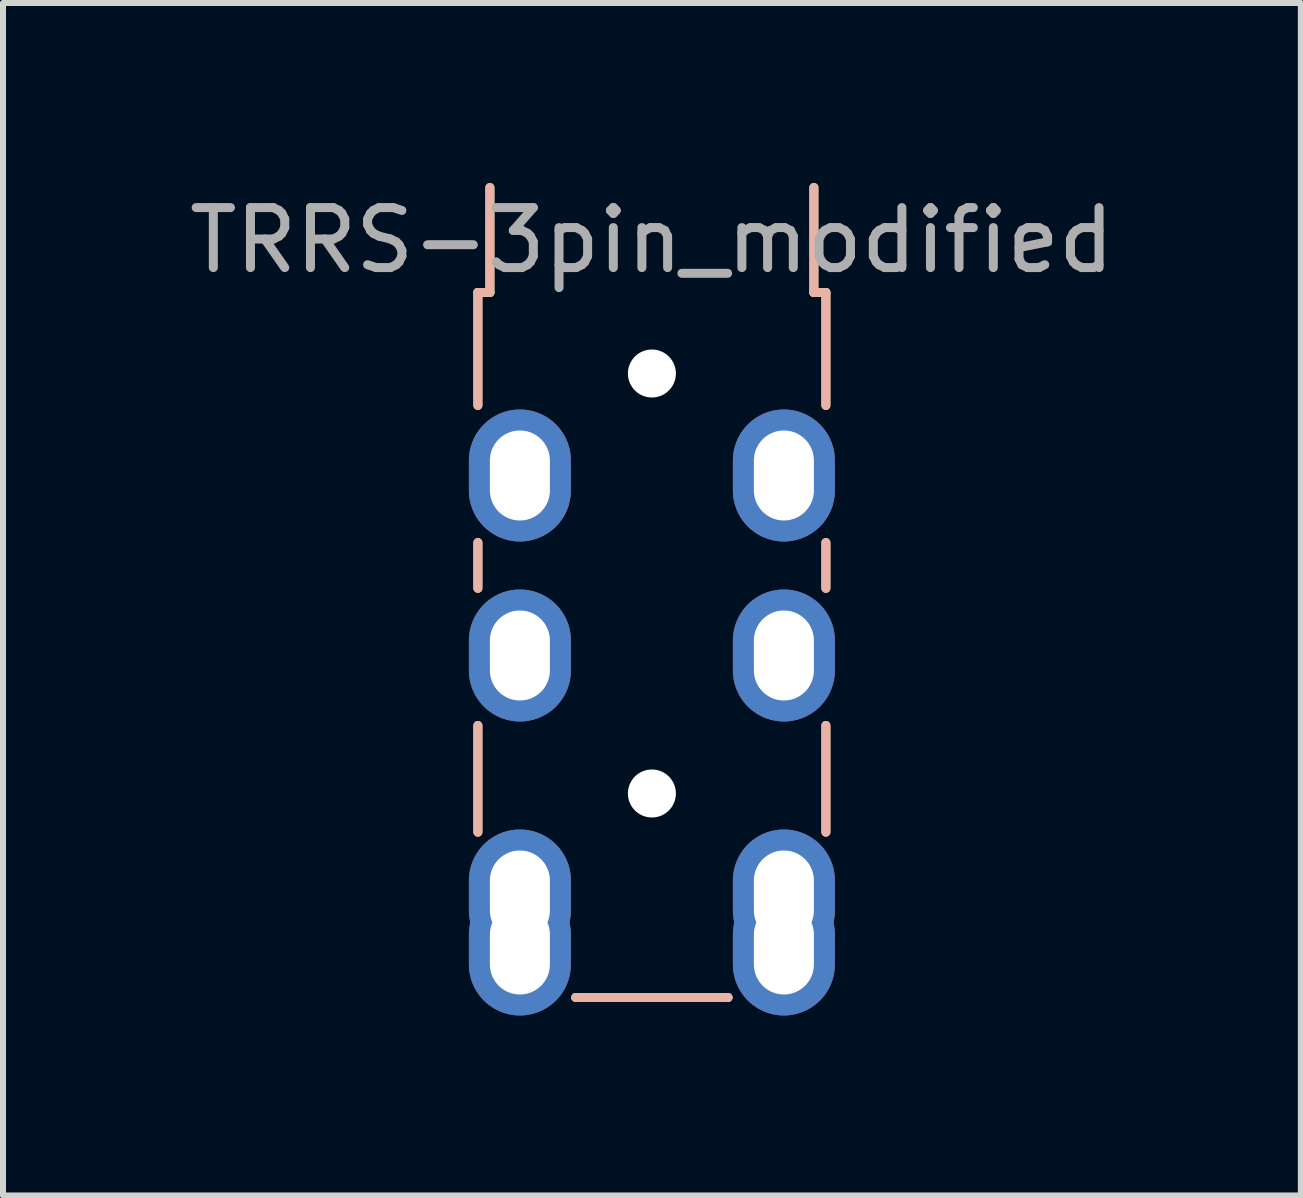
<source format=kicad_pcb>
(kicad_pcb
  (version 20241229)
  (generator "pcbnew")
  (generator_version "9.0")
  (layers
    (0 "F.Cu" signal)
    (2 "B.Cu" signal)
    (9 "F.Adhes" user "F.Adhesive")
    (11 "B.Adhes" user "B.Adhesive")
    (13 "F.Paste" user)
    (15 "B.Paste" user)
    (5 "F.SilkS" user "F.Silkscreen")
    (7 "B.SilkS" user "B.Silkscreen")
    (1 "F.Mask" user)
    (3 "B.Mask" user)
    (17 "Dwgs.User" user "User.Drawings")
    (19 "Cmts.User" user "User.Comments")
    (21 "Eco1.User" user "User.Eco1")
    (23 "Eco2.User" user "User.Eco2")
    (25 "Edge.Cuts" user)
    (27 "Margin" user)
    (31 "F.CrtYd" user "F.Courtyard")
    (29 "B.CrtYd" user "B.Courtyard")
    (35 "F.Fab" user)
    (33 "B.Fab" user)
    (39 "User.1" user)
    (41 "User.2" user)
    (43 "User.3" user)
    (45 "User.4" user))
  (footprint "TRRS-3pin_modified"
    (layer "F.Cu")
    (at 7.815 1.675)
    (property "Reference" "TRRS-3pin_modified" (at 0 -0.72 180) (layer "F.Fab") (effects (font (size 1 1) (thickness 0.15))))
    (fp_line (start -2.9 0.15) (end -2.7 0.15) (stroke (width 0.15) (type solid)) (layer "F.SilkS"))
    (fp_line (start -2.9 2.032) (end -2.9 0.15) (stroke (width 0.15) (type solid)) (layer "F.SilkS"))
    (fp_line (start -2.9 4.318) (end -2.9 5.08) (stroke (width 0.15) (type solid)) (layer "F.SilkS"))
    (fp_line (start -2.9 7.366) (end -2.9 9.144) (stroke (width 0.15) (type solid)) (layer "F.SilkS"))
    (fp_line (start -2.7 0.15) (end -2.7 -1.6) (stroke (width 0.15) (type solid)) (layer "F.SilkS"))
    (fp_line (start 1.27 11.9) (end -1.27 11.9) (stroke (width 0.15) (type solid)) (layer "F.SilkS"))
    (fp_line (start 2.7 0.15) (end 2.7 -1.6) (stroke (width 0.15) (type solid)) (layer "F.SilkS"))
    (fp_line (start 2.7 0.15) (end 2.9 0.15) (stroke (width 0.15) (type solid)) (layer "F.SilkS"))
    (fp_line (start 2.9 2.032) (end 2.9 0.15) (stroke (width 0.15) (type solid)) (layer "F.SilkS"))
    (fp_line (start 2.9 4.318) (end 2.9 5.08) (stroke (width 0.15) (type solid)) (layer "F.SilkS"))
    (fp_line (start 2.9 7.366) (end 2.9 9.144) (stroke (width 0.15) (type solid)) (layer "F.SilkS"))
    (fp_line (start -2.9 0.15) (end -2.9 2.032) (stroke (width 0.15) (type solid)) (layer "B.SilkS"))
    (fp_line (start -2.9 5.08) (end -2.9 4.318) (stroke (width 0.15) (type solid)) (layer "B.SilkS"))
    (fp_line (start -2.9 9.144) (end -2.9 7.366) (stroke (width 0.15) (type solid)) (layer "B.SilkS"))
    (fp_line (start -2.7 0.15) (end -2.9 0.15) (stroke (width 0.15) (type solid)) (layer "B.SilkS"))
    (fp_line (start -2.7 0.15) (end -2.7 -1.6) (stroke (width 0.15) (type solid)) (layer "B.SilkS"))
    (fp_line (start -1.27 11.9) (end 1.27 11.9) (stroke (width 0.15) (type solid)) (layer "B.SilkS"))
    (fp_line (start 2.7 0.15) (end 2.7 -1.6) (stroke (width 0.15) (type solid)) (layer "B.SilkS"))
    (fp_line (start 2.9 0.15) (end 2.7 0.15) (stroke (width 0.15) (type solid)) (layer "B.SilkS"))
    (fp_line (start 2.9 0.15) (end 2.9 2.032) (stroke (width 0.15) (type solid)) (layer "B.SilkS"))
    (fp_line (start 2.9 5.08) (end 2.9 4.318) (stroke (width 0.15) (type solid)) (layer "B.SilkS"))
    (fp_line (start 2.9 9.144) (end 2.9 7.366) (stroke (width 0.15) (type solid)) (layer "B.SilkS"))
    (pad "" np_thru_hole circle (at 0 1.5 180) (size 0.8 0.8) (drill 0.8) (layers "*.Cu" "*.Mask"))
    (pad "" np_thru_hole circle (at 0 8.5 180) (size 0.8 0.8) (drill 0.8) (layers "*.Cu" "*.Mask"))
    (pad "A" thru_hole oval (at -2.2 11.1 180) (size 1.7 2.2) (drill oval 1 1.5) (layers "*.Cu" "*.Mask"))
    (pad "A" thru_hole oval (at 2.2 11.1 180) (size 1.7 2.2) (drill oval 1 1.5) (layers "*.Cu" "*.Mask"))
    (pad "B" thru_hole oval (at -2.2 3.2 180) (size 1.7 2.2) (drill oval 1 1.5) (layers "*.Cu" "*.Mask"))
    (pad "B" thru_hole oval (at 2.2 3.2) (size 1.7 2.2) (drill oval 1 1.5) (layers "*.Cu" "*.Mask"))
    (pad "C" thru_hole oval (at -2.2 6.2 180) (size 1.7 2.2) (drill oval 1 1.5) (layers "*.Cu" "*.Mask"))
    (pad "C" thru_hole oval (at 2.2 6.2) (size 1.7 2.2) (drill oval 1 1.5) (layers "*.Cu" "*.Mask"))
    (pad "D" thru_hole oval (at -2.2 10.2 180) (size 1.7 2.2) (drill oval 1 1.5) (layers "*.Cu" "*.Mask"))
    (pad "D" thru_hole oval (at 2.2 10.2 180) (size 1.7 2.2) (drill oval 1 1.5) (layers "*.Cu" "*.Mask")))
  (gr_rect
    (start -3 -3)
    (end 18.631 16.875)
    (stroke (width 0.1) (type default))
    (fill no)
    (layer "Edge.Cuts")))
</source>
